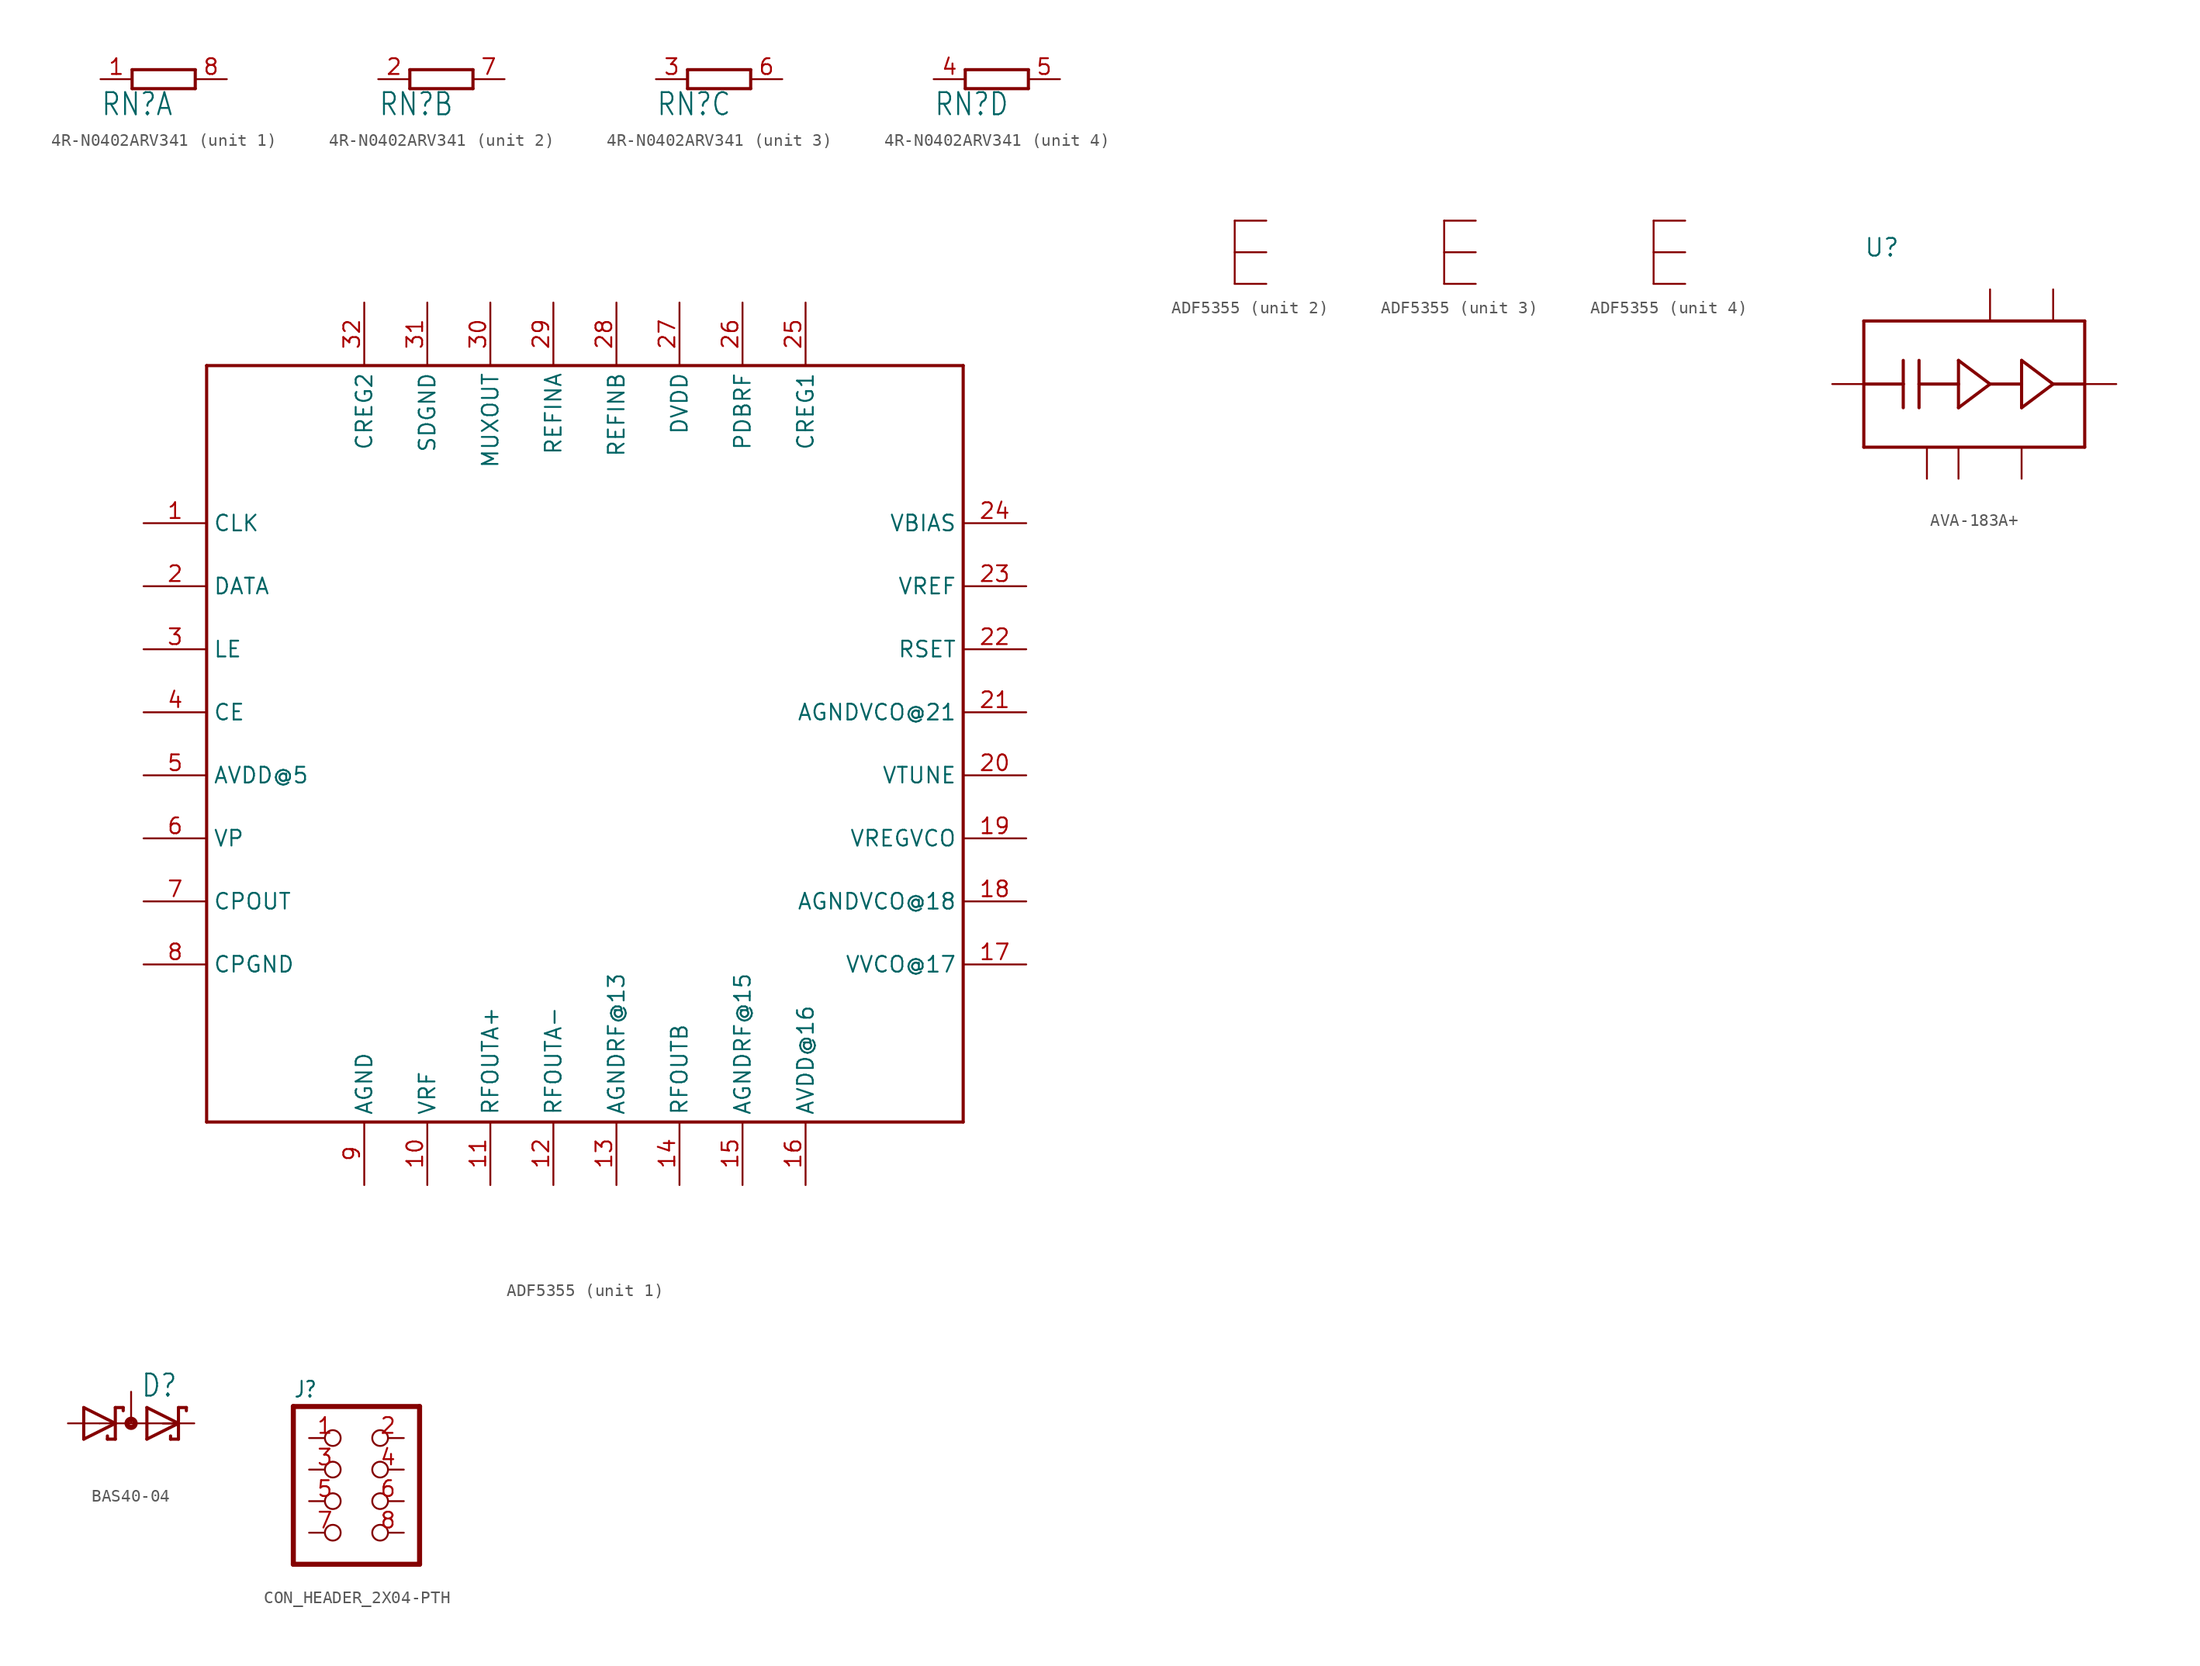
<source format=kicad_sym>
(kicad_symbol_lib
  (version 20220914)
  (generator kicad_symbol_editor)
  (symbol "4R-N0402ARV341"
    (property "Reference" "RN"
      (at -5.08 -3.048 0)
      (effects (font (size 1.778 1.511)) (justify left bottom)))
    (property "Value" ""
      (at 2.54 -3.048 0)
      (effects (font (size 1.778 1.511)) (justify left bottom)))
    (property "ki_locked" ""
      (at 0 0 0)
      (effects (font (size 1.27 1.27))))
    (symbol "4R-N0402ARV341_1_0"
      (polyline (pts (xy -2.54 -0.762) (xy 2.54 -0.762)) (stroke (width 0.254) (type solid)) (fill (type none)))
      (polyline (pts (xy -2.54 0.762) (xy -2.54 -0.762)) (stroke (width 0.254) (type solid)) (fill (type none)))
      (polyline (pts (xy 2.54 -0.762) (xy 2.54 0.762)) (stroke (width 0.254) (type solid)) (fill (type none)))
      (polyline (pts (xy 2.54 0.762) (xy -2.54 0.762)) (stroke (width 0.254) (type solid)) (fill (type none)))
      (pin passive line (at -5.08 0 0) (length 2.54) (name "1" (effects (font (size 0 0)))) (number "1" (effects (font (size 1.27 1.27)))))
      (pin passive line (at 5.08 0 180) (length 2.54) (name "2" (effects (font (size 0 0)))) (number "8" (effects (font (size 1.27 1.27))))))
    (symbol "4R-N0402ARV341_2_0"
      (polyline (pts (xy -2.54 -0.762) (xy 2.54 -0.762)) (stroke (width 0.254) (type solid)) (fill (type none)))
      (polyline (pts (xy -2.54 0.762) (xy -2.54 -0.762)) (stroke (width 0.254) (type solid)) (fill (type none)))
      (polyline (pts (xy 2.54 -0.762) (xy 2.54 0.762)) (stroke (width 0.254) (type solid)) (fill (type none)))
      (polyline (pts (xy 2.54 0.762) (xy -2.54 0.762)) (stroke (width 0.254) (type solid)) (fill (type none)))
      (pin passive line (at -5.08 0 0) (length 2.54) (name "1" (effects (font (size 0 0)))) (number "2" (effects (font (size 1.27 1.27)))))
      (pin passive line (at 5.08 0 180) (length 2.54) (name "2" (effects (font (size 0 0)))) (number "7" (effects (font (size 1.27 1.27))))))
    (symbol "4R-N0402ARV341_3_0"
      (polyline (pts (xy -2.54 -0.762) (xy 2.54 -0.762)) (stroke (width 0.254) (type solid)) (fill (type none)))
      (polyline (pts (xy -2.54 0.762) (xy -2.54 -0.762)) (stroke (width 0.254) (type solid)) (fill (type none)))
      (polyline (pts (xy 2.54 -0.762) (xy 2.54 0.762)) (stroke (width 0.254) (type solid)) (fill (type none)))
      (polyline (pts (xy 2.54 0.762) (xy -2.54 0.762)) (stroke (width 0.254) (type solid)) (fill (type none)))
      (pin passive line (at -5.08 0 0) (length 2.54) (name "1" (effects (font (size 0 0)))) (number "3" (effects (font (size 1.27 1.27)))))
      (pin passive line (at 5.08 0 180) (length 2.54) (name "2" (effects (font (size 0 0)))) (number "6" (effects (font (size 1.27 1.27))))))
    (symbol "4R-N0402ARV341_4_0"
      (polyline (pts (xy -2.54 -0.762) (xy 2.54 -0.762)) (stroke (width 0.254) (type solid)) (fill (type none)))
      (polyline (pts (xy -2.54 0.762) (xy -2.54 -0.762)) (stroke (width 0.254) (type solid)) (fill (type none)))
      (polyline (pts (xy 2.54 -0.762) (xy 2.54 0.762)) (stroke (width 0.254) (type solid)) (fill (type none)))
      (polyline (pts (xy 2.54 0.762) (xy -2.54 0.762)) (stroke (width 0.254) (type solid)) (fill (type none)))
      (pin passive line (at -5.08 0 0) (length 2.54) (name "1" (effects (font (size 0 0)))) (number "4" (effects (font (size 1.27 1.27)))))
      (pin passive line (at 5.08 0 180) (length 2.54) (name "2" (effects (font (size 0 0)))) (number "5" (effects (font (size 1.27 1.27)))))))
  (symbol "ADF5355"
    (property "Reference" ""
      (at 0 -7.62 0)
      (effects (font (size 1.778 1.511)) (justify left bottom) hide))
    (property "ki_locked" ""
      (at 0 0 0)
      (effects (font (size 1.27 1.27))))
    (symbol "ADF5355_1_0"
      (polyline (pts (xy -33.02 -27.94) (xy 27.94 -27.94)) (stroke (width 0.254) (type solid)) (fill (type none)))
      (polyline (pts (xy -33.02 33.02) (xy -33.02 -27.94)) (stroke (width 0.254) (type solid)) (fill (type none)))
      (polyline (pts (xy 27.94 -27.94) (xy 27.94 33.02)) (stroke (width 0.254) (type solid)) (fill (type none)))
      (polyline (pts (xy 27.94 33.02) (xy -33.02 33.02)) (stroke (width 0.254) (type solid)) (fill (type none)))
      (pin input line (at -38.1 20.32 0) (length 5.08) (name "CLK" (effects (font (size 1.27 1.27)))) (number "1" (effects (font (size 1.27 1.27)))))
      (pin power_in line (at -15.24 -33.02 90) (length 5.08) (name "VRF" (effects (font (size 1.27 1.27)))) (number "10" (effects (font (size 1.27 1.27)))))
      (pin power_in line (at -10.16 -33.02 90) (length 5.08) (name "RFOUTA+" (effects (font (size 1.27 1.27)))) (number "11" (effects (font (size 1.27 1.27)))))
      (pin output line (at -5.08 -33.02 90) (length 5.08) (name "RFOUTA-" (effects (font (size 1.27 1.27)))) (number "12" (effects (font (size 1.27 1.27)))))
      (pin power_in line (at 0 -33.02 90) (length 5.08) (name "AGNDRF@13" (effects (font (size 1.27 1.27)))) (number "13" (effects (font (size 1.27 1.27)))))
      (pin output line (at 5.08 -33.02 90) (length 5.08) (name "RFOUTB" (effects (font (size 1.27 1.27)))) (number "14" (effects (font (size 1.27 1.27)))))
      (pin power_in line (at 10.16 -33.02 90) (length 5.08) (name "AGNDRF@15" (effects (font (size 1.27 1.27)))) (number "15" (effects (font (size 1.27 1.27)))))
      (pin power_in line (at 15.24 -33.02 90) (length 5.08) (name "AVDD@16" (effects (font (size 1.27 1.27)))) (number "16" (effects (font (size 1.27 1.27)))))
      (pin power_in line (at 33.02 -15.24 180) (length 5.08) (name "VVCO@17" (effects (font (size 1.27 1.27)))) (number "17" (effects (font (size 1.27 1.27)))))
      (pin power_in line (at 33.02 -10.16 180) (length 5.08) (name "AGNDVCO@18" (effects (font (size 1.27 1.27)))) (number "18" (effects (font (size 1.27 1.27)))))
      (pin power_in line (at 33.02 -5.08 180) (length 5.08) (name "VREGVCO" (effects (font (size 1.27 1.27)))) (number "19" (effects (font (size 1.27 1.27)))))
      (pin input line (at -38.1 15.24 0) (length 5.08) (name "DATA" (effects (font (size 1.27 1.27)))) (number "2" (effects (font (size 1.27 1.27)))))
      (pin input line (at 33.02 0 180) (length 5.08) (name "VTUNE" (effects (font (size 1.27 1.27)))) (number "20" (effects (font (size 1.27 1.27)))))
      (pin power_in line (at 33.02 5.08 180) (length 5.08) (name "AGNDVCO@21" (effects (font (size 1.27 1.27)))) (number "21" (effects (font (size 1.27 1.27)))))
      (pin input line (at 33.02 10.16 180) (length 5.08) (name "RSET" (effects (font (size 1.27 1.27)))) (number "22" (effects (font (size 1.27 1.27)))))
      (pin output line (at 33.02 15.24 180) (length 5.08) (name "VREF" (effects (font (size 1.27 1.27)))) (number "23" (effects (font (size 1.27 1.27)))))
      (pin output line (at 33.02 20.32 180) (length 5.08) (name "VBIAS" (effects (font (size 1.27 1.27)))) (number "24" (effects (font (size 1.27 1.27)))))
      (pin output line (at 15.24 38.1 270) (length 5.08) (name "CREG1" (effects (font (size 1.27 1.27)))) (number "25" (effects (font (size 1.27 1.27)))))
      (pin input line (at 10.16 38.1 270) (length 5.08) (name "PDBRF" (effects (font (size 1.27 1.27)))) (number "26" (effects (font (size 1.27 1.27)))))
      (pin power_in line (at 5.08 38.1 270) (length 5.08) (name "DVDD" (effects (font (size 1.27 1.27)))) (number "27" (effects (font (size 1.27 1.27)))))
      (pin input line (at 0 38.1 270) (length 5.08) (name "REFINB" (effects (font (size 1.27 1.27)))) (number "28" (effects (font (size 1.27 1.27)))))
      (pin input line (at -5.08 38.1 270) (length 5.08) (name "REFINA" (effects (font (size 1.27 1.27)))) (number "29" (effects (font (size 1.27 1.27)))))
      (pin input line (at -38.1 10.16 0) (length 5.08) (name "LE" (effects (font (size 1.27 1.27)))) (number "3" (effects (font (size 1.27 1.27)))))
      (pin output line (at -10.16 38.1 270) (length 5.08) (name "MUXOUT" (effects (font (size 1.27 1.27)))) (number "30" (effects (font (size 1.27 1.27)))))
      (pin power_in line (at -15.24 38.1 270) (length 5.08) (name "SDGND" (effects (font (size 1.27 1.27)))) (number "31" (effects (font (size 1.27 1.27)))))
      (pin output line (at -20.32 38.1 270) (length 5.08) (name "CREG2" (effects (font (size 1.27 1.27)))) (number "32" (effects (font (size 1.27 1.27)))))
      (pin input line (at -38.1 5.08 0) (length 5.08) (name "CE" (effects (font (size 1.27 1.27)))) (number "4" (effects (font (size 1.27 1.27)))))
      (pin power_in line (at -38.1 0 0) (length 5.08) (name "AVDD@5" (effects (font (size 1.27 1.27)))) (number "5" (effects (font (size 1.27 1.27)))))
      (pin power_in line (at -38.1 -5.08 0) (length 5.08) (name "VP" (effects (font (size 1.27 1.27)))) (number "6" (effects (font (size 1.27 1.27)))))
      (pin output line (at -38.1 -10.16 0) (length 5.08) (name "CPOUT" (effects (font (size 1.27 1.27)))) (number "7" (effects (font (size 1.27 1.27)))))
      (pin power_in line (at -38.1 -15.24 0) (length 5.08) (name "CPGND" (effects (font (size 1.27 1.27)))) (number "8" (effects (font (size 1.27 1.27)))))
      (pin power_in line (at -20.32 -33.02 90) (length 5.08) (name "AGND" (effects (font (size 1.27 1.27)))) (number "9" (effects (font (size 1.27 1.27))))))
    (symbol "ADF5355_2_0"
      (polyline (pts (xy 0 0) (xy 0 -5.08)) (stroke (width 0.152) (type solid)) (fill (type none)))
      (pin power_in line (at 2.54 0 180) (length 2.54) (name "GND@1" (effects (font (size 0 0)))) (number "PAD@1_1" (effects (font (size 0 0)))))
      (pin power_in line (at 2.54 -2.54 180) (length 2.54) (name "GND@2" (effects (font (size 0 0)))) (number "PAD@1_2" (effects (font (size 0 0)))))
      (pin power_in line (at 2.54 -5.08 180) (length 2.54) (name "GND@3" (effects (font (size 0 0)))) (number "PAD@1_3" (effects (font (size 0 0))))))
    (symbol "ADF5355_3_0"
      (polyline (pts (xy 0 0) (xy 0 -5.08)) (stroke (width 0.152) (type solid)) (fill (type none)))
      (pin power_in line (at 2.54 0 180) (length 2.54) (name "GND@1" (effects (font (size 0 0)))) (number "PAD@2_1" (effects (font (size 0 0)))))
      (pin power_in line (at 2.54 -2.54 180) (length 2.54) (name "GND@2" (effects (font (size 0 0)))) (number "PAD@2_2" (effects (font (size 0 0)))))
      (pin power_in line (at 2.54 -5.08 180) (length 2.54) (name "GND@3" (effects (font (size 0 0)))) (number "PAD@2_3" (effects (font (size 0 0))))))
    (symbol "ADF5355_4_0"
      (polyline (pts (xy 0 0) (xy 0 -5.08)) (stroke (width 0.152) (type solid)) (fill (type none)))
      (pin power_in line (at 2.54 0 180) (length 2.54) (name "GND@1" (effects (font (size 0 0)))) (number "PAD@3_1" (effects (font (size 0 0)))))
      (pin power_in line (at 2.54 -2.54 180) (length 2.54) (name "GND@2" (effects (font (size 0 0)))) (number "PAD@3_2" (effects (font (size 0 0)))))
      (pin power_in line (at 2.54 -5.08 180) (length 2.54) (name "GND@3" (effects (font (size 0 0)))) (number "PAD@3_3" (effects (font (size 0 0)))))))
  (symbol "AVA-183A+"
    (property "Reference" "U"
      (at -7.62 10.16 0)
      (effects (font (size 1.422 1.422)) (justify left bottom)))
    (property "Value" ""
      (at -7.62 7.62 0)
      (effects (font (size 1.422 1.422)) (justify left bottom)))
    (property "ki_locked" ""
      (at 0 0 0)
      (effects (font (size 1.27 1.27))))
    (symbol "AVA-183A+_1_0"
      (polyline (pts (xy -7.62 -5.08) (xy -7.62 0)) (stroke (width 0.254) (type solid)) (fill (type none)))
      (polyline (pts (xy -7.62 0) (xy -7.62 5.08)) (stroke (width 0.254) (type solid)) (fill (type none)))
      (polyline (pts (xy -7.62 0) (xy -4.445 0)) (stroke (width 0.254) (type solid)) (fill (type none)))
      (polyline (pts (xy -7.62 5.08) (xy 10.16 5.08)) (stroke (width 0.254) (type solid)) (fill (type none)))
      (polyline (pts (xy -4.445 0) (xy -4.445 -1.905)) (stroke (width 0.254) (type solid)) (fill (type none)))
      (polyline (pts (xy -4.445 0) (xy -4.445 1.905)) (stroke (width 0.254) (type solid)) (fill (type none)))
      (polyline (pts (xy -3.175 0) (xy -3.175 -1.905)) (stroke (width 0.254) (type solid)) (fill (type none)))
      (polyline (pts (xy -3.175 0) (xy 0 0)) (stroke (width 0.254) (type solid)) (fill (type none)))
      (polyline (pts (xy -3.175 1.905) (xy -3.175 0)) (stroke (width 0.254) (type solid)) (fill (type none)))
      (polyline (pts (xy 0 -1.905) (xy 2.54 0)) (stroke (width 0.254) (type solid)) (fill (type none)))
      (polyline (pts (xy 0 0) (xy 0 -1.905)) (stroke (width 0.254) (type solid)) (fill (type none)))
      (polyline (pts (xy 0 1.905) (xy 0 0)) (stroke (width 0.254) (type solid)) (fill (type none)))
      (polyline (pts (xy 0 1.905) (xy 2.54 0)) (stroke (width 0.254) (type solid)) (fill (type none)))
      (polyline (pts (xy 2.54 0) (xy 5.08 0)) (stroke (width 0.254) (type solid)) (fill (type none)))
      (polyline (pts (xy 5.08 -1.905) (xy 7.62 0)) (stroke (width 0.254) (type solid)) (fill (type none)))
      (polyline (pts (xy 5.08 0) (xy 5.08 -1.905)) (stroke (width 0.254) (type solid)) (fill (type none)))
      (polyline (pts (xy 5.08 1.905) (xy 5.08 0)) (stroke (width 0.254) (type solid)) (fill (type none)))
      (polyline (pts (xy 5.08 1.905) (xy 7.62 0)) (stroke (width 0.254) (type solid)) (fill (type none)))
      (polyline (pts (xy 7.62 0) (xy 10.16 0)) (stroke (width 0.254) (type solid)) (fill (type none)))
      (polyline (pts (xy 10.16 -5.08) (xy -7.62 -5.08)) (stroke (width 0.254) (type solid)) (fill (type none)))
      (polyline (pts (xy 10.16 0) (xy 10.16 -5.08)) (stroke (width 0.254) (type solid)) (fill (type none)))
      (polyline (pts (xy 10.16 5.08) (xy 10.16 0)) (stroke (width 0.254) (type solid)) (fill (type none)))
      (pin bidirectional line (at 0 -7.62 90) (length 2.54) (name "GND@1" (effects (font (size 0 0)))) (number "1" (effects (font (size 0 0)))))
      (pin bidirectional line (at -10.16 0 0) (length 2.54) (name "IN" (effects (font (size 0 0)))) (number "2" (effects (font (size 0 0)))))
      (pin bidirectional line (at 12.7 0 180) (length 2.54) (name "OUT" (effects (font (size 0 0)))) (number "5" (effects (font (size 0 0)))))
      (pin bidirectional line (at 5.08 -7.62 90) (length 2.54) (name "GND@2" (effects (font (size 0 0)))) (number "6" (effects (font (size 0 0)))))
      (pin bidirectional line (at 2.54 7.62 270) (length 2.54) (name "DC7" (effects (font (size 0 0)))) (number "7" (effects (font (size 0 0)))))
      (pin bidirectional line (at 7.62 7.62 270) (length 2.54) (name "DC8" (effects (font (size 0 0)))) (number "8" (effects (font (size 0 0)))))
      (pin bidirectional line (at -2.54 -7.62 90) (length 2.54) (name "GND" (effects (font (size 0 0)))) (number "PAD" (effects (font (size 0 0)))))))
  (symbol "BAS40-04"
    (property "Reference" "D"
      (at 0.762 2.007 0)
      (effects (font (size 1.778 1.511)) (justify left bottom)))
    (property "Value" ""
      (at -4.318 -3.962 0)
      (effects (font (size 1.778 1.511)) (justify left bottom)))
    (property "ki_locked" ""
      (at 0 0 0)
      (effects (font (size 1.27 1.27))))
    (symbol "BAS40-04_1_0"
      (polyline (pts (xy -3.81 -1.27) (xy -1.27 0)) (stroke (width 0.254) (type solid)) (fill (type none)))
      (polyline (pts (xy -3.81 1.27) (xy -3.81 -1.27)) (stroke (width 0.254) (type solid)) (fill (type none)))
      (polyline (pts (xy -2.54 0) (xy -1.27 0)) (stroke (width 0.152) (type solid)) (fill (type none)))
      (polyline (pts (xy -1.905 -1.016) (xy -1.905 -1.27)) (stroke (width 0.254) (type solid)) (fill (type none)))
      (polyline (pts (xy -1.27 -1.27) (xy -1.905 -1.27)) (stroke (width 0.254) (type solid)) (fill (type none)))
      (polyline (pts (xy -1.27 0) (xy -3.81 1.27)) (stroke (width 0.254) (type solid)) (fill (type none)))
      (polyline (pts (xy -1.27 0) (xy -1.27 -1.27)) (stroke (width 0.254) (type solid)) (fill (type none)))
      (polyline (pts (xy -1.27 0) (xy 3.81 0)) (stroke (width 0.152) (type solid)) (fill (type none)))
      (polyline (pts (xy -1.27 1.27) (xy -1.27 0)) (stroke (width 0.254) (type solid)) (fill (type none)))
      (polyline (pts (xy -0.635 1.016) (xy -0.635 1.27)) (stroke (width 0.254) (type solid)) (fill (type none)))
      (polyline (pts (xy -0.635 1.27) (xy -1.27 1.27)) (stroke (width 0.254) (type solid)) (fill (type none)))
      (polyline (pts (xy 1.27 -1.27) (xy 1.27 1.27)) (stroke (width 0.254) (type solid)) (fill (type none)))
      (polyline (pts (xy 1.27 1.27) (xy 3.81 0)) (stroke (width 0.254) (type solid)) (fill (type none)))
      (polyline (pts (xy 2.54 0) (xy 3.81 0)) (stroke (width 0.152) (type solid)) (fill (type none)))
      (polyline (pts (xy 3.175 -1.27) (xy 3.81 -1.27)) (stroke (width 0.254) (type solid)) (fill (type none)))
      (polyline (pts (xy 3.175 -1.016) (xy 3.175 -1.27)) (stroke (width 0.254) (type solid)) (fill (type none)))
      (polyline (pts (xy 3.81 -1.27) (xy 3.81 0)) (stroke (width 0.254) (type solid)) (fill (type none)))
      (polyline (pts (xy 3.81 0) (xy 1.27 -1.27)) (stroke (width 0.254) (type solid)) (fill (type none)))
      (polyline (pts (xy 3.81 0) (xy 3.81 1.27)) (stroke (width 0.254) (type solid)) (fill (type none)))
      (polyline (pts (xy 3.81 1.27) (xy 4.445 1.27)) (stroke (width 0.254) (type solid)) (fill (type none)))
      (polyline (pts (xy 4.445 1.016) (xy 4.445 1.27)) (stroke (width 0.254) (type solid)) (fill (type none)))
      (circle (center 0 0) (radius 0.127) (stroke (width 0.406) (type solid)) (fill (type none)))
      (pin passive line (at -5.08 0 0) (length 2.54) (name "A1" (effects (font (size 0 0)))) (number "1" (effects (font (size 0 0)))))
      (pin passive line (at 5.08 0 180) (length 2.54) (name "C2" (effects (font (size 0 0)))) (number "2" (effects (font (size 0 0)))))
      (pin passive line (at 0 2.54 270) (length 2.54) (name "C1A2" (effects (font (size 0 0)))) (number "3" (effects (font (size 0 0)))))))
  (symbol "CON_HEADER_2X04-PTH"
    (property "Reference" "J"
      (at -1.27 5.715 0)
      (effects (font (size 1.27 1.079)) (justify left bottom)))
    (property "ki_locked" ""
      (at 0 0 0)
      (effects (font (size 1.27 1.27))))
    (symbol "CON_HEADER_2X04-PTH_1_0"
      (polyline (pts (xy -1.27 -7.62) (xy 8.89 -7.62)) (stroke (width 0.406) (type solid)) (fill (type none)))
      (polyline (pts (xy -1.27 5.08) (xy -1.27 -7.62)) (stroke (width 0.406) (type solid)) (fill (type none)))
      (polyline (pts (xy 8.89 -7.62) (xy 8.89 5.08)) (stroke (width 0.406) (type solid)) (fill (type none)))
      (polyline (pts (xy 8.89 5.08) (xy -1.27 5.08)) (stroke (width 0.406) (type solid)) (fill (type none)))
      (pin passive inverted (at 0 2.54 0) (length 2.54) (name "P$1" (effects (font (size 0 0)))) (number "1" (effects (font (size 1.27 1.27)))))
      (pin passive inverted (at 7.62 2.54 180) (length 2.54) (name "P$2" (effects (font (size 0 0)))) (number "2" (effects (font (size 1.27 1.27)))))
      (pin passive inverted (at 0 0 0) (length 2.54) (name "P$3" (effects (font (size 0 0)))) (number "3" (effects (font (size 1.27 1.27)))))
      (pin passive inverted (at 7.62 0 180) (length 2.54) (name "P$4" (effects (font (size 0 0)))) (number "4" (effects (font (size 1.27 1.27)))))
      (pin passive inverted (at 0 -2.54 0) (length 2.54) (name "P$5" (effects (font (size 0 0)))) (number "5" (effects (font (size 1.27 1.27)))))
      (pin passive inverted (at 7.62 -2.54 180) (length 2.54) (name "P$6" (effects (font (size 0 0)))) (number "6" (effects (font (size 1.27 1.27)))))
      (pin passive inverted (at 0 -5.08 0) (length 2.54) (name "P$7" (effects (font (size 0 0)))) (number "7" (effects (font (size 1.27 1.27)))))
      (pin passive inverted (at 7.62 -5.08 180) (length 2.54) (name "P$8" (effects (font (size 0 0)))) (number "8" (effects (font (size 1.27 1.27))))))))
</source>
